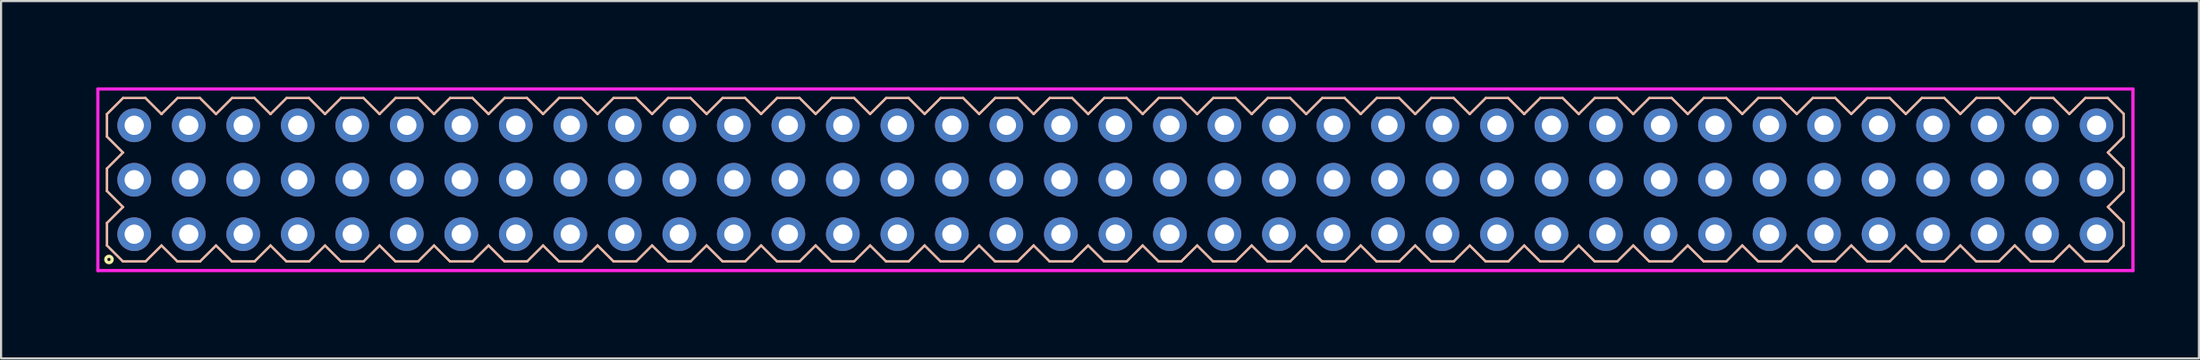
<source format=kicad_pcb>
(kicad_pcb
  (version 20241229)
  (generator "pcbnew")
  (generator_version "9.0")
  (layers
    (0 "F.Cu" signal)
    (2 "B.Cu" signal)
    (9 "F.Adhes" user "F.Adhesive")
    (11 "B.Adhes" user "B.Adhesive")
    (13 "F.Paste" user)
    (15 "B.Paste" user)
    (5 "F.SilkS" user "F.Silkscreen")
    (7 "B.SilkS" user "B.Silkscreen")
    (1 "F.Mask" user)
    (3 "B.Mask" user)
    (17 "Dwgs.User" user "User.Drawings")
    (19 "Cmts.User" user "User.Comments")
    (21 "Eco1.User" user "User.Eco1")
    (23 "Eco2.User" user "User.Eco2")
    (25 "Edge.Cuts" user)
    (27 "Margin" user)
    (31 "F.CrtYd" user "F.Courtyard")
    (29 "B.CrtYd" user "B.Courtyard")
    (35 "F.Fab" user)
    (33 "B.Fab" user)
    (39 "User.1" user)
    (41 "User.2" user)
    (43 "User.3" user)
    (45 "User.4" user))
  (footprint "HDR254P37x3"
    (layer "F.Cu")
    (at 48.925 5.336)
    (property "Reference" "HDR254P37x3" (at -48.165 0 90) (layer "User.1") (effects (font (size 1 1) (thickness 0.1))))
    (attr through_hole)
    (fp_line (start -46.99 -3.066) (end -46.246 -3.81) (stroke (width 0.1) (type solid)) (layer "F.SilkS"))
    (fp_line (start -46.99 -2.014) (end -46.99 -3.066) (stroke (width 0.1) (type solid)) (layer "F.SilkS"))
    (fp_line (start -46.99 -0.526) (end -46.246 -1.27) (stroke (width 0.1) (type solid)) (layer "F.SilkS"))
    (fp_line (start -46.99 0.526) (end -46.99 -0.526) (stroke (width 0.1) (type solid)) (layer "F.SilkS"))
    (fp_line (start -46.99 2.014) (end -46.246 1.27) (stroke (width 0.1) (type solid)) (layer "F.SilkS"))
    (fp_line (start -46.99 3.066) (end -46.99 2.014) (stroke (width 0.1) (type solid)) (layer "F.SilkS"))
    (fp_line (start -46.246 -3.81) (end -45.194 -3.81) (stroke (width 0.1) (type solid)) (layer "F.SilkS"))
    (fp_line (start -46.246 -1.27) (end -46.99 -2.014) (stroke (width 0.1) (type solid)) (layer "F.SilkS"))
    (fp_line (start -46.246 1.27) (end -46.99 0.526) (stroke (width 0.1) (type solid)) (layer "F.SilkS"))
    (fp_line (start -46.246 3.81) (end -46.99 3.066) (stroke (width 0.1) (type solid)) (layer "F.SilkS"))
    (fp_line (start -45.194 -3.81) (end -44.45 -3.066) (stroke (width 0.1) (type solid)) (layer "F.SilkS"))
    (fp_line (start -45.194 3.81) (end -46.246 3.81) (stroke (width 0.1) (type solid)) (layer "F.SilkS"))
    (fp_line (start -44.45 -3.066) (end -43.706 -3.81) (stroke (width 0.1) (type solid)) (layer "F.SilkS"))
    (fp_line (start -44.45 3.066) (end -45.194 3.81) (stroke (width 0.1) (type solid)) (layer "F.SilkS"))
    (fp_line (start -43.706 -3.81) (end -42.654 -3.81) (stroke (width 0.1) (type solid)) (layer "F.SilkS"))
    (fp_line (start -43.706 3.81) (end -44.45 3.066) (stroke (width 0.1) (type solid)) (layer "F.SilkS"))
    (fp_line (start -42.654 -3.81) (end -41.91 -3.066) (stroke (width 0.1) (type solid)) (layer "F.SilkS"))
    (fp_line (start -42.654 3.81) (end -43.706 3.81) (stroke (width 0.1) (type solid)) (layer "F.SilkS"))
    (fp_line (start -41.91 -3.066) (end -41.166 -3.81) (stroke (width 0.1) (type solid)) (layer "F.SilkS"))
    (fp_line (start -41.91 3.066) (end -42.654 3.81) (stroke (width 0.1) (type solid)) (layer "F.SilkS"))
    (fp_line (start -41.166 -3.81) (end -40.114 -3.81) (stroke (width 0.1) (type solid)) (layer "F.SilkS"))
    (fp_line (start -41.166 3.81) (end -41.91 3.066) (stroke (width 0.1) (type solid)) (layer "F.SilkS"))
    (fp_line (start -40.114 -3.81) (end -39.37 -3.066) (stroke (width 0.1) (type solid)) (layer "F.SilkS"))
    (fp_line (start -40.114 3.81) (end -41.166 3.81) (stroke (width 0.1) (type solid)) (layer "F.SilkS"))
    (fp_line (start -39.37 -3.066) (end -38.626 -3.81) (stroke (width 0.1) (type solid)) (layer "F.SilkS"))
    (fp_line (start -39.37 3.066) (end -40.114 3.81) (stroke (width 0.1) (type solid)) (layer "F.SilkS"))
    (fp_line (start -38.626 -3.81) (end -37.574 -3.81) (stroke (width 0.1) (type solid)) (layer "F.SilkS"))
    (fp_line (start -38.626 3.81) (end -39.37 3.066) (stroke (width 0.1) (type solid)) (layer "F.SilkS"))
    (fp_line (start -37.574 -3.81) (end -36.83 -3.066) (stroke (width 0.1) (type solid)) (layer "F.SilkS"))
    (fp_line (start -37.574 3.81) (end -38.626 3.81) (stroke (width 0.1) (type solid)) (layer "F.SilkS"))
    (fp_line (start -36.83 -3.066) (end -36.086 -3.81) (stroke (width 0.1) (type solid)) (layer "F.SilkS"))
    (fp_line (start -36.83 3.066) (end -37.574 3.81) (stroke (width 0.1) (type solid)) (layer "F.SilkS"))
    (fp_line (start -36.086 -3.81) (end -35.034 -3.81) (stroke (width 0.1) (type solid)) (layer "F.SilkS"))
    (fp_line (start -36.086 3.81) (end -36.83 3.066) (stroke (width 0.1) (type solid)) (layer "F.SilkS"))
    (fp_line (start -35.034 -3.81) (end -34.29 -3.066) (stroke (width 0.1) (type solid)) (layer "F.SilkS"))
    (fp_line (start -35.034 3.81) (end -36.086 3.81) (stroke (width 0.1) (type solid)) (layer "F.SilkS"))
    (fp_line (start -34.29 -3.066) (end -33.546 -3.81) (stroke (width 0.1) (type solid)) (layer "F.SilkS"))
    (fp_line (start -34.29 3.066) (end -35.034 3.81) (stroke (width 0.1) (type solid)) (layer "F.SilkS"))
    (fp_line (start -33.546 -3.81) (end -32.494 -3.81) (stroke (width 0.1) (type solid)) (layer "F.SilkS"))
    (fp_line (start -33.546 3.81) (end -34.29 3.066) (stroke (width 0.1) (type solid)) (layer "F.SilkS"))
    (fp_line (start -32.494 -3.81) (end -31.75 -3.066) (stroke (width 0.1) (type solid)) (layer "F.SilkS"))
    (fp_line (start -32.494 3.81) (end -33.546 3.81) (stroke (width 0.1) (type solid)) (layer "F.SilkS"))
    (fp_line (start -31.75 -3.066) (end -31.006 -3.81) (stroke (width 0.1) (type solid)) (layer "F.SilkS"))
    (fp_line (start -31.75 3.066) (end -32.494 3.81) (stroke (width 0.1) (type solid)) (layer "F.SilkS"))
    (fp_line (start -31.006 -3.81) (end -29.954 -3.81) (stroke (width 0.1) (type solid)) (layer "F.SilkS"))
    (fp_line (start -31.006 3.81) (end -31.75 3.066) (stroke (width 0.1) (type solid)) (layer "F.SilkS"))
    (fp_line (start -29.954 -3.81) (end -29.21 -3.066) (stroke (width 0.1) (type solid)) (layer "F.SilkS"))
    (fp_line (start -29.954 3.81) (end -31.006 3.81) (stroke (width 0.1) (type solid)) (layer "F.SilkS"))
    (fp_line (start -29.21 -3.066) (end -28.466 -3.81) (stroke (width 0.1) (type solid)) (layer "F.SilkS"))
    (fp_line (start -29.21 3.066) (end -29.954 3.81) (stroke (width 0.1) (type solid)) (layer "F.SilkS"))
    (fp_line (start -28.466 -3.81) (end -27.414 -3.81) (stroke (width 0.1) (type solid)) (layer "F.SilkS"))
    (fp_line (start -28.466 3.81) (end -29.21 3.066) (stroke (width 0.1) (type solid)) (layer "F.SilkS"))
    (fp_line (start -27.414 -3.81) (end -26.67 -3.066) (stroke (width 0.1) (type solid)) (layer "F.SilkS"))
    (fp_line (start -27.414 3.81) (end -28.466 3.81) (stroke (width 0.1) (type solid)) (layer "F.SilkS"))
    (fp_line (start -26.67 -3.066) (end -25.926 -3.81) (stroke (width 0.1) (type solid)) (layer "F.SilkS"))
    (fp_line (start -26.67 3.066) (end -27.414 3.81) (stroke (width 0.1) (type solid)) (layer "F.SilkS"))
    (fp_line (start -25.926 -3.81) (end -24.874 -3.81) (stroke (width 0.1) (type solid)) (layer "F.SilkS"))
    (fp_line (start -25.926 3.81) (end -26.67 3.066) (stroke (width 0.1) (type solid)) (layer "F.SilkS"))
    (fp_line (start -24.874 -3.81) (end -24.13 -3.066) (stroke (width 0.1) (type solid)) (layer "F.SilkS"))
    (fp_line (start -24.874 3.81) (end -25.926 3.81) (stroke (width 0.1) (type solid)) (layer "F.SilkS"))
    (fp_line (start -24.13 -3.066) (end -23.386 -3.81) (stroke (width 0.1) (type solid)) (layer "F.SilkS"))
    (fp_line (start -24.13 3.066) (end -24.874 3.81) (stroke (width 0.1) (type solid)) (layer "F.SilkS"))
    (fp_line (start -23.386 -3.81) (end -22.334 -3.81) (stroke (width 0.1) (type solid)) (layer "F.SilkS"))
    (fp_line (start -23.386 3.81) (end -24.13 3.066) (stroke (width 0.1) (type solid)) (layer "F.SilkS"))
    (fp_line (start -22.334 -3.81) (end -21.59 -3.066) (stroke (width 0.1) (type solid)) (layer "F.SilkS"))
    (fp_line (start -22.334 3.81) (end -23.386 3.81) (stroke (width 0.1) (type solid)) (layer "F.SilkS"))
    (fp_line (start -21.59 -3.066) (end -20.846 -3.81) (stroke (width 0.1) (type solid)) (layer "F.SilkS"))
    (fp_line (start -21.59 3.066) (end -22.334 3.81) (stroke (width 0.1) (type solid)) (layer "F.SilkS"))
    (fp_line (start -20.846 -3.81) (end -19.794 -3.81) (stroke (width 0.1) (type solid)) (layer "F.SilkS"))
    (fp_line (start -20.846 3.81) (end -21.59 3.066) (stroke (width 0.1) (type solid)) (layer "F.SilkS"))
    (fp_line (start -19.794 -3.81) (end -19.05 -3.066) (stroke (width 0.1) (type solid)) (layer "F.SilkS"))
    (fp_line (start -19.794 3.81) (end -20.846 3.81) (stroke (width 0.1) (type solid)) (layer "F.SilkS"))
    (fp_line (start -19.05 -3.066) (end -18.306 -3.81) (stroke (width 0.1) (type solid)) (layer "F.SilkS"))
    (fp_line (start -19.05 3.066) (end -19.794 3.81) (stroke (width 0.1) (type solid)) (layer "F.SilkS"))
    (fp_line (start -18.306 -3.81) (end -17.254 -3.81) (stroke (width 0.1) (type solid)) (layer "F.SilkS"))
    (fp_line (start -18.306 3.81) (end -19.05 3.066) (stroke (width 0.1) (type solid)) (layer "F.SilkS"))
    (fp_line (start -17.254 -3.81) (end -16.51 -3.066) (stroke (width 0.1) (type solid)) (layer "F.SilkS"))
    (fp_line (start -17.254 3.81) (end -18.306 3.81) (stroke (width 0.1) (type solid)) (layer "F.SilkS"))
    (fp_line (start -16.51 -3.066) (end -15.766 -3.81) (stroke (width 0.1) (type solid)) (layer "F.SilkS"))
    (fp_line (start -16.51 3.066) (end -17.254 3.81) (stroke (width 0.1) (type solid)) (layer "F.SilkS"))
    (fp_line (start -15.766 -3.81) (end -14.714 -3.81) (stroke (width 0.1) (type solid)) (layer "F.SilkS"))
    (fp_line (start -15.766 3.81) (end -16.51 3.066) (stroke (width 0.1) (type solid)) (layer "F.SilkS"))
    (fp_line (start -14.714 -3.81) (end -13.97 -3.066) (stroke (width 0.1) (type solid)) (layer "F.SilkS"))
    (fp_line (start -14.714 3.81) (end -15.766 3.81) (stroke (width 0.1) (type solid)) (layer "F.SilkS"))
    (fp_line (start -13.97 -3.066) (end -13.226 -3.81) (stroke (width 0.1) (type solid)) (layer "F.SilkS"))
    (fp_line (start -13.97 3.066) (end -14.714 3.81) (stroke (width 0.1) (type solid)) (layer "F.SilkS"))
    (fp_line (start -13.226 -3.81) (end -12.174 -3.81) (stroke (width 0.1) (type solid)) (layer "F.SilkS"))
    (fp_line (start -13.226 3.81) (end -13.97 3.066) (stroke (width 0.1) (type solid)) (layer "F.SilkS"))
    (fp_line (start -12.174 -3.81) (end -11.43 -3.066) (stroke (width 0.1) (type solid)) (layer "F.SilkS"))
    (fp_line (start -12.174 3.81) (end -13.226 3.81) (stroke (width 0.1) (type solid)) (layer "F.SilkS"))
    (fp_line (start -11.43 -3.066) (end -10.686 -3.81) (stroke (width 0.1) (type solid)) (layer "F.SilkS"))
    (fp_line (start -11.43 3.066) (end -12.174 3.81) (stroke (width 0.1) (type solid)) (layer "F.SilkS"))
    (fp_line (start -10.686 -3.81) (end -9.634 -3.81) (stroke (width 0.1) (type solid)) (layer "F.SilkS"))
    (fp_line (start -10.686 3.81) (end -11.43 3.066) (stroke (width 0.1) (type solid)) (layer "F.SilkS"))
    (fp_line (start -9.634 -3.81) (end -8.89 -3.066) (stroke (width 0.1) (type solid)) (layer "F.SilkS"))
    (fp_line (start -9.634 3.81) (end -10.686 3.81) (stroke (width 0.1) (type solid)) (layer "F.SilkS"))
    (fp_line (start -8.89 -3.066) (end -8.146 -3.81) (stroke (width 0.1) (type solid)) (layer "F.SilkS"))
    (fp_line (start -8.89 3.066) (end -9.634 3.81) (stroke (width 0.1) (type solid)) (layer "F.SilkS"))
    (fp_line (start -8.146 -3.81) (end -7.094 -3.81) (stroke (width 0.1) (type solid)) (layer "F.SilkS"))
    (fp_line (start -8.146 3.81) (end -8.89 3.066) (stroke (width 0.1) (type solid)) (layer "F.SilkS"))
    (fp_line (start -7.094 -3.81) (end -6.35 -3.066) (stroke (width 0.1) (type solid)) (layer "F.SilkS"))
    (fp_line (start -7.094 3.81) (end -8.146 3.81) (stroke (width 0.1) (type solid)) (layer "F.SilkS"))
    (fp_line (start -6.35 -3.066) (end -5.606 -3.81) (stroke (width 0.1) (type solid)) (layer "F.SilkS"))
    (fp_line (start -6.35 3.066) (end -7.094 3.81) (stroke (width 0.1) (type solid)) (layer "F.SilkS"))
    (fp_line (start -5.606 -3.81) (end -4.554 -3.81) (stroke (width 0.1) (type solid)) (layer "F.SilkS"))
    (fp_line (start -5.606 3.81) (end -6.35 3.066) (stroke (width 0.1) (type solid)) (layer "F.SilkS"))
    (fp_line (start -4.554 -3.81) (end -3.81 -3.066) (stroke (width 0.1) (type solid)) (layer "F.SilkS"))
    (fp_line (start -4.554 3.81) (end -5.606 3.81) (stroke (width 0.1) (type solid)) (layer "F.SilkS"))
    (fp_line (start -3.81 -3.066) (end -3.066 -3.81) (stroke (width 0.1) (type solid)) (layer "F.SilkS"))
    (fp_line (start -3.81 3.066) (end -4.554 3.81) (stroke (width 0.1) (type solid)) (layer "F.SilkS"))
    (fp_line (start -3.066 -3.81) (end -2.014 -3.81) (stroke (width 0.1) (type solid)) (layer "F.SilkS"))
    (fp_line (start -3.066 3.81) (end -3.81 3.066) (stroke (width 0.1) (type solid)) (layer "F.SilkS"))
    (fp_line (start -2.014 -3.81) (end -1.27 -3.066) (stroke (width 0.1) (type solid)) (layer "F.SilkS"))
    (fp_line (start -2.014 3.81) (end -3.066 3.81) (stroke (width 0.1) (type solid)) (layer "F.SilkS"))
    (fp_line (start -1.27 -3.066) (end -0.526 -3.81) (stroke (width 0.1) (type solid)) (layer "F.SilkS"))
    (fp_line (start -1.27 3.066) (end -2.014 3.81) (stroke (width 0.1) (type solid)) (layer "F.SilkS"))
    (fp_line (start -0.526 -3.81) (end 0.526 -3.81) (stroke (width 0.1) (type solid)) (layer "F.SilkS"))
    (fp_line (start -0.526 3.81) (end -1.27 3.066) (stroke (width 0.1) (type solid)) (layer "F.SilkS"))
    (fp_line (start 0.526 -3.81) (end 1.27 -3.066) (stroke (width 0.1) (type solid)) (layer "F.SilkS"))
    (fp_line (start 0.526 3.81) (end -0.526 3.81) (stroke (width 0.1) (type solid)) (layer "F.SilkS"))
    (fp_line (start 1.27 -3.066) (end 2.014 -3.81) (stroke (width 0.1) (type solid)) (layer "F.SilkS"))
    (fp_line (start 1.27 3.066) (end 0.526 3.81) (stroke (width 0.1) (type solid)) (layer "F.SilkS"))
    (fp_line (start 2.014 -3.81) (end 3.066 -3.81) (stroke (width 0.1) (type solid)) (layer "F.SilkS"))
    (fp_line (start 2.014 3.81) (end 1.27 3.066) (stroke (width 0.1) (type solid)) (layer "F.SilkS"))
    (fp_line (start 3.066 -3.81) (end 3.81 -3.066) (stroke (width 0.1) (type solid)) (layer "F.SilkS"))
    (fp_line (start 3.066 3.81) (end 2.014 3.81) (stroke (width 0.1) (type solid)) (layer "F.SilkS"))
    (fp_line (start 3.81 -3.066) (end 4.554 -3.81) (stroke (width 0.1) (type solid)) (layer "F.SilkS"))
    (fp_line (start 3.81 3.066) (end 3.066 3.81) (stroke (width 0.1) (type solid)) (layer "F.SilkS"))
    (fp_line (start 4.554 -3.81) (end 5.606 -3.81) (stroke (width 0.1) (type solid)) (layer "F.SilkS"))
    (fp_line (start 4.554 3.81) (end 3.81 3.066) (stroke (width 0.1) (type solid)) (layer "F.SilkS"))
    (fp_line (start 5.606 -3.81) (end 6.35 -3.066) (stroke (width 0.1) (type solid)) (layer "F.SilkS"))
    (fp_line (start 5.606 3.81) (end 4.554 3.81) (stroke (width 0.1) (type solid)) (layer "F.SilkS"))
    (fp_line (start 6.35 -3.066) (end 7.094 -3.81) (stroke (width 0.1) (type solid)) (layer "F.SilkS"))
    (fp_line (start 6.35 3.066) (end 5.606 3.81) (stroke (width 0.1) (type solid)) (layer "F.SilkS"))
    (fp_line (start 7.094 -3.81) (end 8.146 -3.81) (stroke (width 0.1) (type solid)) (layer "F.SilkS"))
    (fp_line (start 7.094 3.81) (end 6.35 3.066) (stroke (width 0.1) (type solid)) (layer "F.SilkS"))
    (fp_line (start 8.146 -3.81) (end 8.89 -3.066) (stroke (width 0.1) (type solid)) (layer "F.SilkS"))
    (fp_line (start 8.146 3.81) (end 7.094 3.81) (stroke (width 0.1) (type solid)) (layer "F.SilkS"))
    (fp_line (start 8.89 -3.066) (end 9.634 -3.81) (stroke (width 0.1) (type solid)) (layer "F.SilkS"))
    (fp_line (start 8.89 3.066) (end 8.146 3.81) (stroke (width 0.1) (type solid)) (layer "F.SilkS"))
    (fp_line (start 9.634 -3.81) (end 10.686 -3.81) (stroke (width 0.1) (type solid)) (layer "F.SilkS"))
    (fp_line (start 9.634 3.81) (end 8.89 3.066) (stroke (width 0.1) (type solid)) (layer "F.SilkS"))
    (fp_line (start 10.686 -3.81) (end 11.43 -3.066) (stroke (width 0.1) (type solid)) (layer "F.SilkS"))
    (fp_line (start 10.686 3.81) (end 9.634 3.81) (stroke (width 0.1) (type solid)) (layer "F.SilkS"))
    (fp_line (start 11.43 -3.066) (end 12.174 -3.81) (stroke (width 0.1) (type solid)) (layer "F.SilkS"))
    (fp_line (start 11.43 3.066) (end 10.686 3.81) (stroke (width 0.1) (type solid)) (layer "F.SilkS"))
    (fp_line (start 12.174 -3.81) (end 13.226 -3.81) (stroke (width 0.1) (type solid)) (layer "F.SilkS"))
    (fp_line (start 12.174 3.81) (end 11.43 3.066) (stroke (width 0.1) (type solid)) (layer "F.SilkS"))
    (fp_line (start 13.226 -3.81) (end 13.97 -3.066) (stroke (width 0.1) (type solid)) (layer "F.SilkS"))
    (fp_line (start 13.226 3.81) (end 12.174 3.81) (stroke (width 0.1) (type solid)) (layer "F.SilkS"))
    (fp_line (start 13.97 -3.066) (end 14.714 -3.81) (stroke (width 0.1) (type solid)) (layer "F.SilkS"))
    (fp_line (start 13.97 3.066) (end 13.226 3.81) (stroke (width 0.1) (type solid)) (layer "F.SilkS"))
    (fp_line (start 14.714 -3.81) (end 15.766 -3.81) (stroke (width 0.1) (type solid)) (layer "F.SilkS"))
    (fp_line (start 14.714 3.81) (end 13.97 3.066) (stroke (width 0.1) (type solid)) (layer "F.SilkS"))
    (fp_line (start 15.766 -3.81) (end 16.51 -3.066) (stroke (width 0.1) (type solid)) (layer "F.SilkS"))
    (fp_line (start 15.766 3.81) (end 14.714 3.81) (stroke (width 0.1) (type solid)) (layer "F.SilkS"))
    (fp_line (start 16.51 -3.066) (end 17.254 -3.81) (stroke (width 0.1) (type solid)) (layer "F.SilkS"))
    (fp_line (start 16.51 3.066) (end 15.766 3.81) (stroke (width 0.1) (type solid)) (layer "F.SilkS"))
    (fp_line (start 17.254 -3.81) (end 18.306 -3.81) (stroke (width 0.1) (type solid)) (layer "F.SilkS"))
    (fp_line (start 17.254 3.81) (end 16.51 3.066) (stroke (width 0.1) (type solid)) (layer "F.SilkS"))
    (fp_line (start 18.306 -3.81) (end 19.05 -3.066) (stroke (width 0.1) (type solid)) (layer "F.SilkS"))
    (fp_line (start 18.306 3.81) (end 17.254 3.81) (stroke (width 0.1) (type solid)) (layer "F.SilkS"))
    (fp_line (start 19.05 -3.066) (end 19.794 -3.81) (stroke (width 0.1) (type solid)) (layer "F.SilkS"))
    (fp_line (start 19.05 3.066) (end 18.306 3.81) (stroke (width 0.1) (type solid)) (layer "F.SilkS"))
    (fp_line (start 19.794 -3.81) (end 20.846 -3.81) (stroke (width 0.1) (type solid)) (layer "F.SilkS"))
    (fp_line (start 19.794 3.81) (end 19.05 3.066) (stroke (width 0.1) (type solid)) (layer "F.SilkS"))
    (fp_line (start 20.846 -3.81) (end 21.59 -3.066) (stroke (width 0.1) (type solid)) (layer "F.SilkS"))
    (fp_line (start 20.846 3.81) (end 19.794 3.81) (stroke (width 0.1) (type solid)) (layer "F.SilkS"))
    (fp_line (start 21.59 -3.066) (end 22.334 -3.81) (stroke (width 0.1) (type solid)) (layer "F.SilkS"))
    (fp_line (start 21.59 3.066) (end 20.846 3.81) (stroke (width 0.1) (type solid)) (layer "F.SilkS"))
    (fp_line (start 22.334 -3.81) (end 23.386 -3.81) (stroke (width 0.1) (type solid)) (layer "F.SilkS"))
    (fp_line (start 22.334 3.81) (end 21.59 3.066) (stroke (width 0.1) (type solid)) (layer "F.SilkS"))
    (fp_line (start 23.386 -3.81) (end 24.13 -3.066) (stroke (width 0.1) (type solid)) (layer "F.SilkS"))
    (fp_line (start 23.386 3.81) (end 22.334 3.81) (stroke (width 0.1) (type solid)) (layer "F.SilkS"))
    (fp_line (start 24.13 -3.066) (end 24.874 -3.81) (stroke (width 0.1) (type solid)) (layer "F.SilkS"))
    (fp_line (start 24.13 3.066) (end 23.386 3.81) (stroke (width 0.1) (type solid)) (layer "F.SilkS"))
    (fp_line (start 24.874 -3.81) (end 25.926 -3.81) (stroke (width 0.1) (type solid)) (layer "F.SilkS"))
    (fp_line (start 24.874 3.81) (end 24.13 3.066) (stroke (width 0.1) (type solid)) (layer "F.SilkS"))
    (fp_line (start 25.926 -3.81) (end 26.67 -3.066) (stroke (width 0.1) (type solid)) (layer "F.SilkS"))
    (fp_line (start 25.926 3.81) (end 24.874 3.81) (stroke (width 0.1) (type solid)) (layer "F.SilkS"))
    (fp_line (start 26.67 -3.066) (end 27.414 -3.81) (stroke (width 0.1) (type solid)) (layer "F.SilkS"))
    (fp_line (start 26.67 3.066) (end 25.926 3.81) (stroke (width 0.1) (type solid)) (layer "F.SilkS"))
    (fp_line (start 27.414 -3.81) (end 28.466 -3.81) (stroke (width 0.1) (type solid)) (layer "F.SilkS"))
    (fp_line (start 27.414 3.81) (end 26.67 3.066) (stroke (width 0.1) (type solid)) (layer "F.SilkS"))
    (fp_line (start 28.466 -3.81) (end 29.21 -3.066) (stroke (width 0.1) (type solid)) (layer "F.SilkS"))
    (fp_line (start 28.466 3.81) (end 27.414 3.81) (stroke (width 0.1) (type solid)) (layer "F.SilkS"))
    (fp_line (start 29.21 -3.066) (end 29.954 -3.81) (stroke (width 0.1) (type solid)) (layer "F.SilkS"))
    (fp_line (start 29.21 3.066) (end 28.466 3.81) (stroke (width 0.1) (type solid)) (layer "F.SilkS"))
    (fp_line (start 29.954 -3.81) (end 31.006 -3.81) (stroke (width 0.1) (type solid)) (layer "F.SilkS"))
    (fp_line (start 29.954 3.81) (end 29.21 3.066) (stroke (width 0.1) (type solid)) (layer "F.SilkS"))
    (fp_line (start 31.006 -3.81) (end 31.75 -3.066) (stroke (width 0.1) (type solid)) (layer "F.SilkS"))
    (fp_line (start 31.006 3.81) (end 29.954 3.81) (stroke (width 0.1) (type solid)) (layer "F.SilkS"))
    (fp_line (start 31.75 -3.066) (end 32.494 -3.81) (stroke (width 0.1) (type solid)) (layer "F.SilkS"))
    (fp_line (start 31.75 3.066) (end 31.006 3.81) (stroke (width 0.1) (type solid)) (layer "F.SilkS"))
    (fp_line (start 32.494 -3.81) (end 33.546 -3.81) (stroke (width 0.1) (type solid)) (layer "F.SilkS"))
    (fp_line (start 32.494 3.81) (end 31.75 3.066) (stroke (width 0.1) (type solid)) (layer "F.SilkS"))
    (fp_line (start 33.546 -3.81) (end 34.29 -3.066) (stroke (width 0.1) (type solid)) (layer "F.SilkS"))
    (fp_line (start 33.546 3.81) (end 32.494 3.81) (stroke (width 0.1) (type solid)) (layer "F.SilkS"))
    (fp_line (start 34.29 -3.066) (end 35.034 -3.81) (stroke (width 0.1) (type solid)) (layer "F.SilkS"))
    (fp_line (start 34.29 3.066) (end 33.546 3.81) (stroke (width 0.1) (type solid)) (layer "F.SilkS"))
    (fp_line (start 35.034 -3.81) (end 36.086 -3.81) (stroke (width 0.1) (type solid)) (layer "F.SilkS"))
    (fp_line (start 35.034 3.81) (end 34.29 3.066) (stroke (width 0.1) (type solid)) (layer "F.SilkS"))
    (fp_line (start 36.086 -3.81) (end 36.83 -3.066) (stroke (width 0.1) (type solid)) (layer "F.SilkS"))
    (fp_line (start 36.086 3.81) (end 35.034 3.81) (stroke (width 0.1) (type solid)) (layer "F.SilkS"))
    (fp_line (start 36.83 -3.066) (end 37.574 -3.81) (stroke (width 0.1) (type solid)) (layer "F.SilkS"))
    (fp_line (start 36.83 3.066) (end 36.086 3.81) (stroke (width 0.1) (type solid)) (layer "F.SilkS"))
    (fp_line (start 37.574 -3.81) (end 38.626 -3.81) (stroke (width 0.1) (type solid)) (layer "F.SilkS"))
    (fp_line (start 37.574 3.81) (end 36.83 3.066) (stroke (width 0.1) (type solid)) (layer "F.SilkS"))
    (fp_line (start 38.626 -3.81) (end 39.37 -3.066) (stroke (width 0.1) (type solid)) (layer "F.SilkS"))
    (fp_line (start 38.626 3.81) (end 37.574 3.81) (stroke (width 0.1) (type solid)) (layer "F.SilkS"))
    (fp_line (start 39.37 -3.066) (end 40.114 -3.81) (stroke (width 0.1) (type solid)) (layer "F.SilkS"))
    (fp_line (start 39.37 3.066) (end 38.626 3.81) (stroke (width 0.1) (type solid)) (layer "F.SilkS"))
    (fp_line (start 40.114 -3.81) (end 41.166 -3.81) (stroke (width 0.1) (type solid)) (layer "F.SilkS"))
    (fp_line (start 40.114 3.81) (end 39.37 3.066) (stroke (width 0.1) (type solid)) (layer "F.SilkS"))
    (fp_line (start 41.166 -3.81) (end 41.91 -3.066) (stroke (width 0.1) (type solid)) (layer "F.SilkS"))
    (fp_line (start 41.166 3.81) (end 40.114 3.81) (stroke (width 0.1) (type solid)) (layer "F.SilkS"))
    (fp_line (start 41.91 -3.066) (end 42.654 -3.81) (stroke (width 0.1) (type solid)) (layer "F.SilkS"))
    (fp_line (start 41.91 3.066) (end 41.166 3.81) (stroke (width 0.1) (type solid)) (layer "F.SilkS"))
    (fp_line (start 42.654 -3.81) (end 43.706 -3.81) (stroke (width 0.1) (type solid)) (layer "F.SilkS"))
    (fp_line (start 42.654 3.81) (end 41.91 3.066) (stroke (width 0.1) (type solid)) (layer "F.SilkS"))
    (fp_line (start 43.706 -3.81) (end 44.45 -3.066) (stroke (width 0.1) (type solid)) (layer "F.SilkS"))
    (fp_line (start 43.706 3.81) (end 42.654 3.81) (stroke (width 0.1) (type solid)) (layer "F.SilkS"))
    (fp_line (start 44.45 -3.066) (end 45.194 -3.81) (stroke (width 0.1) (type solid)) (layer "F.SilkS"))
    (fp_line (start 44.45 3.066) (end 43.706 3.81) (stroke (width 0.1) (type solid)) (layer "F.SilkS"))
    (fp_line (start 45.194 -3.81) (end 46.246 -3.81) (stroke (width 0.1) (type solid)) (layer "F.SilkS"))
    (fp_line (start 45.194 3.81) (end 44.45 3.066) (stroke (width 0.1) (type solid)) (layer "F.SilkS"))
    (fp_line (start 46.246 -3.81) (end 46.99 -3.066) (stroke (width 0.1) (type solid)) (layer "F.SilkS"))
    (fp_line (start 46.246 -1.27) (end 46.99 -0.526) (stroke (width 0.1) (type solid)) (layer "F.SilkS"))
    (fp_line (start 46.246 1.27) (end 46.99 2.014) (stroke (width 0.1) (type solid)) (layer "F.SilkS"))
    (fp_line (start 46.246 3.81) (end 45.194 3.81) (stroke (width 0.1) (type solid)) (layer "F.SilkS"))
    (fp_line (start 46.99 -3.066) (end 46.99 -2.014) (stroke (width 0.1) (type solid)) (layer "F.SilkS"))
    (fp_line (start 46.99 -2.014) (end 46.246 -1.27) (stroke (width 0.1) (type solid)) (layer "F.SilkS"))
    (fp_line (start 46.99 -0.526) (end 46.99 0.526) (stroke (width 0.1) (type solid)) (layer "F.SilkS"))
    (fp_line (start 46.99 0.526) (end 46.246 1.27) (stroke (width 0.1) (type solid)) (layer "F.SilkS"))
    (fp_line (start 46.99 2.014) (end 46.99 3.066) (stroke (width 0.1) (type solid)) (layer "F.SilkS"))
    (fp_line (start 46.99 3.066) (end 46.246 3.81) (stroke (width 0.1) (type solid)) (layer "F.SilkS"))
    (fp_circle (center -46.897 3.718) (end -46.747 3.718) (stroke (width 0.15) (type solid)) (fill no) (layer "F.SilkS"))
    (fp_line (start -46.99 -3.066) (end -46.246 -3.81) (stroke (width 0.1) (type solid)) (layer "B.SilkS"))
    (fp_line (start -46.99 -2.014) (end -46.99 -3.066) (stroke (width 0.1) (type solid)) (layer "B.SilkS"))
    (fp_line (start -46.99 -0.526) (end -46.246 -1.27) (stroke (width 0.1) (type solid)) (layer "B.SilkS"))
    (fp_line (start -46.99 0.526) (end -46.99 -0.526) (stroke (width 0.1) (type solid)) (layer "B.SilkS"))
    (fp_line (start -46.99 2.014) (end -46.246 1.27) (stroke (width 0.1) (type solid)) (layer "B.SilkS"))
    (fp_line (start -46.99 3.066) (end -46.99 2.014) (stroke (width 0.1) (type solid)) (layer "B.SilkS"))
    (fp_line (start -46.246 -3.81) (end -45.194 -3.81) (stroke (width 0.1) (type solid)) (layer "B.SilkS"))
    (fp_line (start -46.246 -1.27) (end -46.99 -2.014) (stroke (width 0.1) (type solid)) (layer "B.SilkS"))
    (fp_line (start -46.246 1.27) (end -46.99 0.526) (stroke (width 0.1) (type solid)) (layer "B.SilkS"))
    (fp_line (start -46.246 3.81) (end -46.99 3.066) (stroke (width 0.1) (type solid)) (layer "B.SilkS"))
    (fp_line (start -45.194 -3.81) (end -44.45 -3.066) (stroke (width 0.1) (type solid)) (layer "B.SilkS"))
    (fp_line (start -45.194 3.81) (end -46.246 3.81) (stroke (width 0.1) (type solid)) (layer "B.SilkS"))
    (fp_line (start -44.45 -3.066) (end -43.706 -3.81) (stroke (width 0.1) (type solid)) (layer "B.SilkS"))
    (fp_line (start -44.45 3.066) (end -45.194 3.81) (stroke (width 0.1) (type solid)) (layer "B.SilkS"))
    (fp_line (start -43.706 -3.81) (end -42.654 -3.81) (stroke (width 0.1) (type solid)) (layer "B.SilkS"))
    (fp_line (start -43.706 3.81) (end -44.45 3.066) (stroke (width 0.1) (type solid)) (layer "B.SilkS"))
    (fp_line (start -42.654 -3.81) (end -41.91 -3.066) (stroke (width 0.1) (type solid)) (layer "B.SilkS"))
    (fp_line (start -42.654 3.81) (end -43.706 3.81) (stroke (width 0.1) (type solid)) (layer "B.SilkS"))
    (fp_line (start -41.91 -3.066) (end -41.166 -3.81) (stroke (width 0.1) (type solid)) (layer "B.SilkS"))
    (fp_line (start -41.91 3.066) (end -42.654 3.81) (stroke (width 0.1) (type solid)) (layer "B.SilkS"))
    (fp_line (start -41.166 -3.81) (end -40.114 -3.81) (stroke (width 0.1) (type solid)) (layer "B.SilkS"))
    (fp_line (start -41.166 3.81) (end -41.91 3.066) (stroke (width 0.1) (type solid)) (layer "B.SilkS"))
    (fp_line (start -40.114 -3.81) (end -39.37 -3.066) (stroke (width 0.1) (type solid)) (layer "B.SilkS"))
    (fp_line (start -40.114 3.81) (end -41.166 3.81) (stroke (width 0.1) (type solid)) (layer "B.SilkS"))
    (fp_line (start -39.37 -3.066) (end -38.626 -3.81) (stroke (width 0.1) (type solid)) (layer "B.SilkS"))
    (fp_line (start -39.37 3.066) (end -40.114 3.81) (stroke (width 0.1) (type solid)) (layer "B.SilkS"))
    (fp_line (start -38.626 -3.81) (end -37.574 -3.81) (stroke (width 0.1) (type solid)) (layer "B.SilkS"))
    (fp_line (start -38.626 3.81) (end -39.37 3.066) (stroke (width 0.1) (type solid)) (layer "B.SilkS"))
    (fp_line (start -37.574 -3.81) (end -36.83 -3.066) (stroke (width 0.1) (type solid)) (layer "B.SilkS"))
    (fp_line (start -37.574 3.81) (end -38.626 3.81) (stroke (width 0.1) (type solid)) (layer "B.SilkS"))
    (fp_line (start -36.83 -3.066) (end -36.086 -3.81) (stroke (width 0.1) (type solid)) (layer "B.SilkS"))
    (fp_line (start -36.83 3.066) (end -37.574 3.81) (stroke (width 0.1) (type solid)) (layer "B.SilkS"))
    (fp_line (start -36.086 -3.81) (end -35.034 -3.81) (stroke (width 0.1) (type solid)) (layer "B.SilkS"))
    (fp_line (start -36.086 3.81) (end -36.83 3.066) (stroke (width 0.1) (type solid)) (layer "B.SilkS"))
    (fp_line (start -35.034 -3.81) (end -34.29 -3.066) (stroke (width 0.1) (type solid)) (layer "B.SilkS"))
    (fp_line (start -35.034 3.81) (end -36.086 3.81) (stroke (width 0.1) (type solid)) (layer "B.SilkS"))
    (fp_line (start -34.29 -3.066) (end -33.546 -3.81) (stroke (width 0.1) (type solid)) (layer "B.SilkS"))
    (fp_line (start -34.29 3.066) (end -35.034 3.81) (stroke (width 0.1) (type solid)) (layer "B.SilkS"))
    (fp_line (start -33.546 -3.81) (end -32.494 -3.81) (stroke (width 0.1) (type solid)) (layer "B.SilkS"))
    (fp_line (start -33.546 3.81) (end -34.29 3.066) (stroke (width 0.1) (type solid)) (layer "B.SilkS"))
    (fp_line (start -32.494 -3.81) (end -31.75 -3.066) (stroke (width 0.1) (type solid)) (layer "B.SilkS"))
    (fp_line (start -32.494 3.81) (end -33.546 3.81) (stroke (width 0.1) (type solid)) (layer "B.SilkS"))
    (fp_line (start -31.75 -3.066) (end -31.006 -3.81) (stroke (width 0.1) (type solid)) (layer "B.SilkS"))
    (fp_line (start -31.75 3.066) (end -32.494 3.81) (stroke (width 0.1) (type solid)) (layer "B.SilkS"))
    (fp_line (start -31.006 -3.81) (end -29.954 -3.81) (stroke (width 0.1) (type solid)) (layer "B.SilkS"))
    (fp_line (start -31.006 3.81) (end -31.75 3.066) (stroke (width 0.1) (type solid)) (layer "B.SilkS"))
    (fp_line (start -29.954 -3.81) (end -29.21 -3.066) (stroke (width 0.1) (type solid)) (layer "B.SilkS"))
    (fp_line (start -29.954 3.81) (end -31.006 3.81) (stroke (width 0.1) (type solid)) (layer "B.SilkS"))
    (fp_line (start -29.21 -3.066) (end -28.466 -3.81) (stroke (width 0.1) (type solid)) (layer "B.SilkS"))
    (fp_line (start -29.21 3.066) (end -29.954 3.81) (stroke (width 0.1) (type solid)) (layer "B.SilkS"))
    (fp_line (start -28.466 -3.81) (end -27.414 -3.81) (stroke (width 0.1) (type solid)) (layer "B.SilkS"))
    (fp_line (start -28.466 3.81) (end -29.21 3.066) (stroke (width 0.1) (type solid)) (layer "B.SilkS"))
    (fp_line (start -27.414 -3.81) (end -26.67 -3.066) (stroke (width 0.1) (type solid)) (layer "B.SilkS"))
    (fp_line (start -27.414 3.81) (end -28.466 3.81) (stroke (width 0.1) (type solid)) (layer "B.SilkS"))
    (fp_line (start -26.67 -3.066) (end -25.926 -3.81) (stroke (width 0.1) (type solid)) (layer "B.SilkS"))
    (fp_line (start -26.67 3.066) (end -27.414 3.81) (stroke (width 0.1) (type solid)) (layer "B.SilkS"))
    (fp_line (start -25.926 -3.81) (end -24.874 -3.81) (stroke (width 0.1) (type solid)) (layer "B.SilkS"))
    (fp_line (start -25.926 3.81) (end -26.67 3.066) (stroke (width 0.1) (type solid)) (layer "B.SilkS"))
    (fp_line (start -24.874 -3.81) (end -24.13 -3.066) (stroke (width 0.1) (type solid)) (layer "B.SilkS"))
    (fp_line (start -24.874 3.81) (end -25.926 3.81) (stroke (width 0.1) (type solid)) (layer "B.SilkS"))
    (fp_line (start -24.13 -3.066) (end -23.386 -3.81) (stroke (width 0.1) (type solid)) (layer "B.SilkS"))
    (fp_line (start -24.13 3.066) (end -24.874 3.81) (stroke (width 0.1) (type solid)) (layer "B.SilkS"))
    (fp_line (start -23.386 -3.81) (end -22.334 -3.81) (stroke (width 0.1) (type solid)) (layer "B.SilkS"))
    (fp_line (start -23.386 3.81) (end -24.13 3.066) (stroke (width 0.1) (type solid)) (layer "B.SilkS"))
    (fp_line (start -22.334 -3.81) (end -21.59 -3.066) (stroke (width 0.1) (type solid)) (layer "B.SilkS"))
    (fp_line (start -22.334 3.81) (end -23.386 3.81) (stroke (width 0.1) (type solid)) (layer "B.SilkS"))
    (fp_line (start -21.59 -3.066) (end -20.846 -3.81) (stroke (width 0.1) (type solid)) (layer "B.SilkS"))
    (fp_line (start -21.59 3.066) (end -22.334 3.81) (stroke (width 0.1) (type solid)) (layer "B.SilkS"))
    (fp_line (start -20.846 -3.81) (end -19.794 -3.81) (stroke (width 0.1) (type solid)) (layer "B.SilkS"))
    (fp_line (start -20.846 3.81) (end -21.59 3.066) (stroke (width 0.1) (type solid)) (layer "B.SilkS"))
    (fp_line (start -19.794 -3.81) (end -19.05 -3.066) (stroke (width 0.1) (type solid)) (layer "B.SilkS"))
    (fp_line (start -19.794 3.81) (end -20.846 3.81) (stroke (width 0.1) (type solid)) (layer "B.SilkS"))
    (fp_line (start -19.05 -3.066) (end -18.306 -3.81) (stroke (width 0.1) (type solid)) (layer "B.SilkS"))
    (fp_line (start -19.05 3.066) (end -19.794 3.81) (stroke (width 0.1) (type solid)) (layer "B.SilkS"))
    (fp_line (start -18.306 -3.81) (end -17.254 -3.81) (stroke (width 0.1) (type solid)) (layer "B.SilkS"))
    (fp_line (start -18.306 3.81) (end -19.05 3.066) (stroke (width 0.1) (type solid)) (layer "B.SilkS"))
    (fp_line (start -17.254 -3.81) (end -16.51 -3.066) (stroke (width 0.1) (type solid)) (layer "B.SilkS"))
    (fp_line (start -17.254 3.81) (end -18.306 3.81) (stroke (width 0.1) (type solid)) (layer "B.SilkS"))
    (fp_line (start -16.51 -3.066) (end -15.766 -3.81) (stroke (width 0.1) (type solid)) (layer "B.SilkS"))
    (fp_line (start -16.51 3.066) (end -17.254 3.81) (stroke (width 0.1) (type solid)) (layer "B.SilkS"))
    (fp_line (start -15.766 -3.81) (end -14.714 -3.81) (stroke (width 0.1) (type solid)) (layer "B.SilkS"))
    (fp_line (start -15.766 3.81) (end -16.51 3.066) (stroke (width 0.1) (type solid)) (layer "B.SilkS"))
    (fp_line (start -14.714 -3.81) (end -13.97 -3.066) (stroke (width 0.1) (type solid)) (layer "B.SilkS"))
    (fp_line (start -14.714 3.81) (end -15.766 3.81) (stroke (width 0.1) (type solid)) (layer "B.SilkS"))
    (fp_line (start -13.97 -3.066) (end -13.226 -3.81) (stroke (width 0.1) (type solid)) (layer "B.SilkS"))
    (fp_line (start -13.97 3.066) (end -14.714 3.81) (stroke (width 0.1) (type solid)) (layer "B.SilkS"))
    (fp_line (start -13.226 -3.81) (end -12.174 -3.81) (stroke (width 0.1) (type solid)) (layer "B.SilkS"))
    (fp_line (start -13.226 3.81) (end -13.97 3.066) (stroke (width 0.1) (type solid)) (layer "B.SilkS"))
    (fp_line (start -12.174 -3.81) (end -11.43 -3.066) (stroke (width 0.1) (type solid)) (layer "B.SilkS"))
    (fp_line (start -12.174 3.81) (end -13.226 3.81) (stroke (width 0.1) (type solid)) (layer "B.SilkS"))
    (fp_line (start -11.43 -3.066) (end -10.686 -3.81) (stroke (width 0.1) (type solid)) (layer "B.SilkS"))
    (fp_line (start -11.43 3.066) (end -12.174 3.81) (stroke (width 0.1) (type solid)) (layer "B.SilkS"))
    (fp_line (start -10.686 -3.81) (end -9.634 -3.81) (stroke (width 0.1) (type solid)) (layer "B.SilkS"))
    (fp_line (start -10.686 3.81) (end -11.43 3.066) (stroke (width 0.1) (type solid)) (layer "B.SilkS"))
    (fp_line (start -9.634 -3.81) (end -8.89 -3.066) (stroke (width 0.1) (type solid)) (layer "B.SilkS"))
    (fp_line (start -9.634 3.81) (end -10.686 3.81) (stroke (width 0.1) (type solid)) (layer "B.SilkS"))
    (fp_line (start -8.89 -3.066) (end -8.146 -3.81) (stroke (width 0.1) (type solid)) (layer "B.SilkS"))
    (fp_line (start -8.89 3.066) (end -9.634 3.81) (stroke (width 0.1) (type solid)) (layer "B.SilkS"))
    (fp_line (start -8.146 -3.81) (end -7.094 -3.81) (stroke (width 0.1) (type solid)) (layer "B.SilkS"))
    (fp_line (start -8.146 3.81) (end -8.89 3.066) (stroke (width 0.1) (type solid)) (layer "B.SilkS"))
    (fp_line (start -7.094 -3.81) (end -6.35 -3.066) (stroke (width 0.1) (type solid)) (layer "B.SilkS"))
    (fp_line (start -7.094 3.81) (end -8.146 3.81) (stroke (width 0.1) (type solid)) (layer "B.SilkS"))
    (fp_line (start -6.35 -3.066) (end -5.606 -3.81) (stroke (width 0.1) (type solid)) (layer "B.SilkS"))
    (fp_line (start -6.35 3.066) (end -7.094 3.81) (stroke (width 0.1) (type solid)) (layer "B.SilkS"))
    (fp_line (start -5.606 -3.81) (end -4.554 -3.81) (stroke (width 0.1) (type solid)) (layer "B.SilkS"))
    (fp_line (start -5.606 3.81) (end -6.35 3.066) (stroke (width 0.1) (type solid)) (layer "B.SilkS"))
    (fp_line (start -4.554 -3.81) (end -3.81 -3.066) (stroke (width 0.1) (type solid)) (layer "B.SilkS"))
    (fp_line (start -4.554 3.81) (end -5.606 3.81) (stroke (width 0.1) (type solid)) (layer "B.SilkS"))
    (fp_line (start -3.81 -3.066) (end -3.066 -3.81) (stroke (width 0.1) (type solid)) (layer "B.SilkS"))
    (fp_line (start -3.81 3.066) (end -4.554 3.81) (stroke (width 0.1) (type solid)) (layer "B.SilkS"))
    (fp_line (start -3.066 -3.81) (end -2.014 -3.81) (stroke (width 0.1) (type solid)) (layer "B.SilkS"))
    (fp_line (start -3.066 3.81) (end -3.81 3.066) (stroke (width 0.1) (type solid)) (layer "B.SilkS"))
    (fp_line (start -2.014 -3.81) (end -1.27 -3.066) (stroke (width 0.1) (type solid)) (layer "B.SilkS"))
    (fp_line (start -2.014 3.81) (end -3.066 3.81) (stroke (width 0.1) (type solid)) (layer "B.SilkS"))
    (fp_line (start -1.27 -3.066) (end -0.526 -3.81) (stroke (width 0.1) (type solid)) (layer "B.SilkS"))
    (fp_line (start -1.27 3.066) (end -2.014 3.81) (stroke (width 0.1) (type solid)) (layer "B.SilkS"))
    (fp_line (start -0.526 -3.81) (end 0.526 -3.81) (stroke (width 0.1) (type solid)) (layer "B.SilkS"))
    (fp_line (start -0.526 3.81) (end -1.27 3.066) (stroke (width 0.1) (type solid)) (layer "B.SilkS"))
    (fp_line (start 0.526 -3.81) (end 1.27 -3.066) (stroke (width 0.1) (type solid)) (layer "B.SilkS"))
    (fp_line (start 0.526 3.81) (end -0.526 3.81) (stroke (width 0.1) (type solid)) (layer "B.SilkS"))
    (fp_line (start 1.27 -3.066) (end 2.014 -3.81) (stroke (width 0.1) (type solid)) (layer "B.SilkS"))
    (fp_line (start 1.27 3.066) (end 0.526 3.81) (stroke (width 0.1) (type solid)) (layer "B.SilkS"))
    (fp_line (start 2.014 -3.81) (end 3.066 -3.81) (stroke (width 0.1) (type solid)) (layer "B.SilkS"))
    (fp_line (start 2.014 3.81) (end 1.27 3.066) (stroke (width 0.1) (type solid)) (layer "B.SilkS"))
    (fp_line (start 3.066 -3.81) (end 3.81 -3.066) (stroke (width 0.1) (type solid)) (layer "B.SilkS"))
    (fp_line (start 3.066 3.81) (end 2.014 3.81) (stroke (width 0.1) (type solid)) (layer "B.SilkS"))
    (fp_line (start 3.81 -3.066) (end 4.554 -3.81) (stroke (width 0.1) (type solid)) (layer "B.SilkS"))
    (fp_line (start 3.81 3.066) (end 3.066 3.81) (stroke (width 0.1) (type solid)) (layer "B.SilkS"))
    (fp_line (start 4.554 -3.81) (end 5.606 -3.81) (stroke (width 0.1) (type solid)) (layer "B.SilkS"))
    (fp_line (start 4.554 3.81) (end 3.81 3.066) (stroke (width 0.1) (type solid)) (layer "B.SilkS"))
    (fp_line (start 5.606 -3.81) (end 6.35 -3.066) (stroke (width 0.1) (type solid)) (layer "B.SilkS"))
    (fp_line (start 5.606 3.81) (end 4.554 3.81) (stroke (width 0.1) (type solid)) (layer "B.SilkS"))
    (fp_line (start 6.35 -3.066) (end 7.094 -3.81) (stroke (width 0.1) (type solid)) (layer "B.SilkS"))
    (fp_line (start 6.35 3.066) (end 5.606 3.81) (stroke (width 0.1) (type solid)) (layer "B.SilkS"))
    (fp_line (start 7.094 -3.81) (end 8.146 -3.81) (stroke (width 0.1) (type solid)) (layer "B.SilkS"))
    (fp_line (start 7.094 3.81) (end 6.35 3.066) (stroke (width 0.1) (type solid)) (layer "B.SilkS"))
    (fp_line (start 8.146 -3.81) (end 8.89 -3.066) (stroke (width 0.1) (type solid)) (layer "B.SilkS"))
    (fp_line (start 8.146 3.81) (end 7.094 3.81) (stroke (width 0.1) (type solid)) (layer "B.SilkS"))
    (fp_line (start 8.89 -3.066) (end 9.634 -3.81) (stroke (width 0.1) (type solid)) (layer "B.SilkS"))
    (fp_line (start 8.89 3.066) (end 8.146 3.81) (stroke (width 0.1) (type solid)) (layer "B.SilkS"))
    (fp_line (start 9.634 -3.81) (end 10.686 -3.81) (stroke (width 0.1) (type solid)) (layer "B.SilkS"))
    (fp_line (start 9.634 3.81) (end 8.89 3.066) (stroke (width 0.1) (type solid)) (layer "B.SilkS"))
    (fp_line (start 10.686 -3.81) (end 11.43 -3.066) (stroke (width 0.1) (type solid)) (layer "B.SilkS"))
    (fp_line (start 10.686 3.81) (end 9.634 3.81) (stroke (width 0.1) (type solid)) (layer "B.SilkS"))
    (fp_line (start 11.43 -3.066) (end 12.174 -3.81) (stroke (width 0.1) (type solid)) (layer "B.SilkS"))
    (fp_line (start 11.43 3.066) (end 10.686 3.81) (stroke (width 0.1) (type solid)) (layer "B.SilkS"))
    (fp_line (start 12.174 -3.81) (end 13.226 -3.81) (stroke (width 0.1) (type solid)) (layer "B.SilkS"))
    (fp_line (start 12.174 3.81) (end 11.43 3.066) (stroke (width 0.1) (type solid)) (layer "B.SilkS"))
    (fp_line (start 13.226 -3.81) (end 13.97 -3.066) (stroke (width 0.1) (type solid)) (layer "B.SilkS"))
    (fp_line (start 13.226 3.81) (end 12.174 3.81) (stroke (width 0.1) (type solid)) (layer "B.SilkS"))
    (fp_line (start 13.97 -3.066) (end 14.714 -3.81) (stroke (width 0.1) (type solid)) (layer "B.SilkS"))
    (fp_line (start 13.97 3.066) (end 13.226 3.81) (stroke (width 0.1) (type solid)) (layer "B.SilkS"))
    (fp_line (start 14.714 -3.81) (end 15.766 -3.81) (stroke (width 0.1) (type solid)) (layer "B.SilkS"))
    (fp_line (start 14.714 3.81) (end 13.97 3.066) (stroke (width 0.1) (type solid)) (layer "B.SilkS"))
    (fp_line (start 15.766 -3.81) (end 16.51 -3.066) (stroke (width 0.1) (type solid)) (layer "B.SilkS"))
    (fp_line (start 15.766 3.81) (end 14.714 3.81) (stroke (width 0.1) (type solid)) (layer "B.SilkS"))
    (fp_line (start 16.51 -3.066) (end 17.254 -3.81) (stroke (width 0.1) (type solid)) (layer "B.SilkS"))
    (fp_line (start 16.51 3.066) (end 15.766 3.81) (stroke (width 0.1) (type solid)) (layer "B.SilkS"))
    (fp_line (start 17.254 -3.81) (end 18.306 -3.81) (stroke (width 0.1) (type solid)) (layer "B.SilkS"))
    (fp_line (start 17.254 3.81) (end 16.51 3.066) (stroke (width 0.1) (type solid)) (layer "B.SilkS"))
    (fp_line (start 18.306 -3.81) (end 19.05 -3.066) (stroke (width 0.1) (type solid)) (layer "B.SilkS"))
    (fp_line (start 18.306 3.81) (end 17.254 3.81) (stroke (width 0.1) (type solid)) (layer "B.SilkS"))
    (fp_line (start 19.05 -3.066) (end 19.794 -3.81) (stroke (width 0.1) (type solid)) (layer "B.SilkS"))
    (fp_line (start 19.05 3.066) (end 18.306 3.81) (stroke (width 0.1) (type solid)) (layer "B.SilkS"))
    (fp_line (start 19.794 -3.81) (end 20.846 -3.81) (stroke (width 0.1) (type solid)) (layer "B.SilkS"))
    (fp_line (start 19.794 3.81) (end 19.05 3.066) (stroke (width 0.1) (type solid)) (layer "B.SilkS"))
    (fp_line (start 20.846 -3.81) (end 21.59 -3.066) (stroke (width 0.1) (type solid)) (layer "B.SilkS"))
    (fp_line (start 20.846 3.81) (end 19.794 3.81) (stroke (width 0.1) (type solid)) (layer "B.SilkS"))
    (fp_line (start 21.59 -3.066) (end 22.334 -3.81) (stroke (width 0.1) (type solid)) (layer "B.SilkS"))
    (fp_line (start 21.59 3.066) (end 20.846 3.81) (stroke (width 0.1) (type solid)) (layer "B.SilkS"))
    (fp_line (start 22.334 -3.81) (end 23.386 -3.81) (stroke (width 0.1) (type solid)) (layer "B.SilkS"))
    (fp_line (start 22.334 3.81) (end 21.59 3.066) (stroke (width 0.1) (type solid)) (layer "B.SilkS"))
    (fp_line (start 23.386 -3.81) (end 24.13 -3.066) (stroke (width 0.1) (type solid)) (layer "B.SilkS"))
    (fp_line (start 23.386 3.81) (end 22.334 3.81) (stroke (width 0.1) (type solid)) (layer "B.SilkS"))
    (fp_line (start 24.13 -3.066) (end 24.874 -3.81) (stroke (width 0.1) (type solid)) (layer "B.SilkS"))
    (fp_line (start 24.13 3.066) (end 23.386 3.81) (stroke (width 0.1) (type solid)) (layer "B.SilkS"))
    (fp_line (start 24.874 -3.81) (end 25.926 -3.81) (stroke (width 0.1) (type solid)) (layer "B.SilkS"))
    (fp_line (start 24.874 3.81) (end 24.13 3.066) (stroke (width 0.1) (type solid)) (layer "B.SilkS"))
    (fp_line (start 25.926 -3.81) (end 26.67 -3.066) (stroke (width 0.1) (type solid)) (layer "B.SilkS"))
    (fp_line (start 25.926 3.81) (end 24.874 3.81) (stroke (width 0.1) (type solid)) (layer "B.SilkS"))
    (fp_line (start 26.67 -3.066) (end 27.414 -3.81) (stroke (width 0.1) (type solid)) (layer "B.SilkS"))
    (fp_line (start 26.67 3.066) (end 25.926 3.81) (stroke (width 0.1) (type solid)) (layer "B.SilkS"))
    (fp_line (start 27.414 -3.81) (end 28.466 -3.81) (stroke (width 0.1) (type solid)) (layer "B.SilkS"))
    (fp_line (start 27.414 3.81) (end 26.67 3.066) (stroke (width 0.1) (type solid)) (layer "B.SilkS"))
    (fp_line (start 28.466 -3.81) (end 29.21 -3.066) (stroke (width 0.1) (type solid)) (layer "B.SilkS"))
    (fp_line (start 28.466 3.81) (end 27.414 3.81) (stroke (width 0.1) (type solid)) (layer "B.SilkS"))
    (fp_line (start 29.21 -3.066) (end 29.954 -3.81) (stroke (width 0.1) (type solid)) (layer "B.SilkS"))
    (fp_line (start 29.21 3.066) (end 28.466 3.81) (stroke (width 0.1) (type solid)) (layer "B.SilkS"))
    (fp_line (start 29.954 -3.81) (end 31.006 -3.81) (stroke (width 0.1) (type solid)) (layer "B.SilkS"))
    (fp_line (start 29.954 3.81) (end 29.21 3.066) (stroke (width 0.1) (type solid)) (layer "B.SilkS"))
    (fp_line (start 31.006 -3.81) (end 31.75 -3.066) (stroke (width 0.1) (type solid)) (layer "B.SilkS"))
    (fp_line (start 31.006 3.81) (end 29.954 3.81) (stroke (width 0.1) (type solid)) (layer "B.SilkS"))
    (fp_line (start 31.75 -3.066) (end 32.494 -3.81) (stroke (width 0.1) (type solid)) (layer "B.SilkS"))
    (fp_line (start 31.75 3.066) (end 31.006 3.81) (stroke (width 0.1) (type solid)) (layer "B.SilkS"))
    (fp_line (start 32.494 -3.81) (end 33.546 -3.81) (stroke (width 0.1) (type solid)) (layer "B.SilkS"))
    (fp_line (start 32.494 3.81) (end 31.75 3.066) (stroke (width 0.1) (type solid)) (layer "B.SilkS"))
    (fp_line (start 33.546 -3.81) (end 34.29 -3.066) (stroke (width 0.1) (type solid)) (layer "B.SilkS"))
    (fp_line (start 33.546 3.81) (end 32.494 3.81) (stroke (width 0.1) (type solid)) (layer "B.SilkS"))
    (fp_line (start 34.29 -3.066) (end 35.034 -3.81) (stroke (width 0.1) (type solid)) (layer "B.SilkS"))
    (fp_line (start 34.29 3.066) (end 33.546 3.81) (stroke (width 0.1) (type solid)) (layer "B.SilkS"))
    (fp_line (start 35.034 -3.81) (end 36.086 -3.81) (stroke (width 0.1) (type solid)) (layer "B.SilkS"))
    (fp_line (start 35.034 3.81) (end 34.29 3.066) (stroke (width 0.1) (type solid)) (layer "B.SilkS"))
    (fp_line (start 36.086 -3.81) (end 36.83 -3.066) (stroke (width 0.1) (type solid)) (layer "B.SilkS"))
    (fp_line (start 36.086 3.81) (end 35.034 3.81) (stroke (width 0.1) (type solid)) (layer "B.SilkS"))
    (fp_line (start 36.83 -3.066) (end 37.574 -3.81) (stroke (width 0.1) (type solid)) (layer "B.SilkS"))
    (fp_line (start 36.83 3.066) (end 36.086 3.81) (stroke (width 0.1) (type solid)) (layer "B.SilkS"))
    (fp_line (start 37.574 -3.81) (end 38.626 -3.81) (stroke (width 0.1) (type solid)) (layer "B.SilkS"))
    (fp_line (start 37.574 3.81) (end 36.83 3.066) (stroke (width 0.1) (type solid)) (layer "B.SilkS"))
    (fp_line (start 38.626 -3.81) (end 39.37 -3.066) (stroke (width 0.1) (type solid)) (layer "B.SilkS"))
    (fp_line (start 38.626 3.81) (end 37.574 3.81) (stroke (width 0.1) (type solid)) (layer "B.SilkS"))
    (fp_line (start 39.37 -3.066) (end 40.114 -3.81) (stroke (width 0.1) (type solid)) (layer "B.SilkS"))
    (fp_line (start 39.37 3.066) (end 38.626 3.81) (stroke (width 0.1) (type solid)) (layer "B.SilkS"))
    (fp_line (start 40.114 -3.81) (end 41.166 -3.81) (stroke (width 0.1) (type solid)) (layer "B.SilkS"))
    (fp_line (start 40.114 3.81) (end 39.37 3.066) (stroke (width 0.1) (type solid)) (layer "B.SilkS"))
    (fp_line (start 41.166 -3.81) (end 41.91 -3.066) (stroke (width 0.1) (type solid)) (layer "B.SilkS"))
    (fp_line (start 41.166 3.81) (end 40.114 3.81) (stroke (width 0.1) (type solid)) (layer "B.SilkS"))
    (fp_line (start 41.91 -3.066) (end 42.654 -3.81) (stroke (width 0.1) (type solid)) (layer "B.SilkS"))
    (fp_line (start 41.91 3.066) (end 41.166 3.81) (stroke (width 0.1) (type solid)) (layer "B.SilkS"))
    (fp_line (start 42.654 -3.81) (end 43.706 -3.81) (stroke (width 0.1) (type solid)) (layer "B.SilkS"))
    (fp_line (start 42.654 3.81) (end 41.91 3.066) (stroke (width 0.1) (type solid)) (layer "B.SilkS"))
    (fp_line (start 43.706 -3.81) (end 44.45 -3.066) (stroke (width 0.1) (type solid)) (layer "B.SilkS"))
    (fp_line (start 43.706 3.81) (end 42.654 3.81) (stroke (width 0.1) (type solid)) (layer "B.SilkS"))
    (fp_line (start 44.45 -3.066) (end 45.194 -3.81) (stroke (width 0.1) (type solid)) (layer "B.SilkS"))
    (fp_line (start 44.45 3.066) (end 43.706 3.81) (stroke (width 0.1) (type solid)) (layer "B.SilkS"))
    (fp_line (start 45.194 -3.81) (end 46.246 -3.81) (stroke (width 0.1) (type solid)) (layer "B.SilkS"))
    (fp_line (start 45.194 3.81) (end 44.45 3.066) (stroke (width 0.1) (type solid)) (layer "B.SilkS"))
    (fp_line (start 46.246 -3.81) (end 46.99 -3.066) (stroke (width 0.1) (type solid)) (layer "B.SilkS"))
    (fp_line (start 46.246 -1.27) (end 46.99 -0.526) (stroke (width 0.1) (type solid)) (layer "B.SilkS"))
    (fp_line (start 46.246 1.27) (end 46.99 2.014) (stroke (width 0.1) (type solid)) (layer "B.SilkS"))
    (fp_line (start 46.246 3.81) (end 45.194 3.81) (stroke (width 0.1) (type solid)) (layer "B.SilkS"))
    (fp_line (start 46.99 -3.066) (end 46.99 -2.014) (stroke (width 0.1) (type solid)) (layer "B.SilkS"))
    (fp_line (start 46.99 -2.014) (end 46.246 -1.27) (stroke (width 0.1) (type solid)) (layer "B.SilkS"))
    (fp_line (start 46.99 -0.526) (end 46.99 0.526) (stroke (width 0.1) (type solid)) (layer "B.SilkS"))
    (fp_line (start 46.99 0.526) (end 46.246 1.27) (stroke (width 0.1) (type solid)) (layer "B.SilkS"))
    (fp_line (start 46.99 2.014) (end 46.99 3.066) (stroke (width 0.1) (type solid)) (layer "B.SilkS"))
    (fp_line (start 46.99 3.066) (end 46.246 3.81) (stroke (width 0.1) (type solid)) (layer "B.SilkS"))
    (fp_line (start -47.415 -4.235) (end -47.415 4.235) (stroke (width 0.15) (type solid)) (layer "F.CrtYd"))
    (fp_line (start -47.415 4.235) (end 47.415 4.235) (stroke (width 0.15) (type solid)) (layer "F.CrtYd"))
    (fp_line (start 47.415 -4.235) (end -47.415 -4.235) (stroke (width 0.15) (type solid)) (layer "F.CrtYd"))
    (fp_line (start 47.415 4.235) (end 47.415 -4.235) (stroke (width 0.15) (type solid)) (layer "F.CrtYd"))
    (pad "1" thru_hole oval (at -45.72 2.54) (size 1.57 1.57) (drill 0.9) (layers "*.Cu" "*.Mask"))
    (pad "2" thru_hole oval (at -45.72 0) (size 1.57 1.57) (drill 0.9) (layers "*.Cu" "*.Mask"))
    (pad "3" thru_hole oval (at -45.72 -2.54) (size 1.57 1.57) (drill 0.9) (layers "*.Cu" "*.Mask"))
    (pad "4" thru_hole oval (at -43.18 2.54) (size 1.57 1.57) (drill 0.9) (layers "*.Cu" "*.Mask"))
    (pad "5" thru_hole oval (at -43.18 0) (size 1.57 1.57) (drill 0.9) (layers "*.Cu" "*.Mask"))
    (pad "6" thru_hole oval (at -43.18 -2.54) (size 1.57 1.57) (drill 0.9) (layers "*.Cu" "*.Mask"))
    (pad "7" thru_hole oval (at -40.64 2.54) (size 1.57 1.57) (drill 0.9) (layers "*.Cu" "*.Mask"))
    (pad "8" thru_hole oval (at -40.64 0) (size 1.57 1.57) (drill 0.9) (layers "*.Cu" "*.Mask"))
    (pad "9" thru_hole oval (at -40.64 -2.54) (size 1.57 1.57) (drill 0.9) (layers "*.Cu" "*.Mask"))
    (pad "10" thru_hole oval (at -38.1 2.54) (size 1.57 1.57) (drill 0.9) (layers "*.Cu" "*.Mask"))
    (pad "11" thru_hole oval (at -38.1 0) (size 1.57 1.57) (drill 0.9) (layers "*.Cu" "*.Mask"))
    (pad "12" thru_hole oval (at -38.1 -2.54) (size 1.57 1.57) (drill 0.9) (layers "*.Cu" "*.Mask"))
    (pad "13" thru_hole oval (at -35.56 2.54) (size 1.57 1.57) (drill 0.9) (layers "*.Cu" "*.Mask"))
    (pad "14" thru_hole oval (at -35.56 0) (size 1.57 1.57) (drill 0.9) (layers "*.Cu" "*.Mask"))
    (pad "15" thru_hole oval (at -35.56 -2.54) (size 1.57 1.57) (drill 0.9) (layers "*.Cu" "*.Mask"))
    (pad "16" thru_hole oval (at -33.02 2.54) (size 1.57 1.57) (drill 0.9) (layers "*.Cu" "*.Mask"))
    (pad "17" thru_hole oval (at -33.02 0) (size 1.57 1.57) (drill 0.9) (layers "*.Cu" "*.Mask"))
    (pad "18" thru_hole oval (at -33.02 -2.54) (size 1.57 1.57) (drill 0.9) (layers "*.Cu" "*.Mask"))
    (pad "19" thru_hole oval (at -30.48 2.54) (size 1.57 1.57) (drill 0.9) (layers "*.Cu" "*.Mask"))
    (pad "20" thru_hole oval (at -30.48 0) (size 1.57 1.57) (drill 0.9) (layers "*.Cu" "*.Mask"))
    (pad "21" thru_hole oval (at -30.48 -2.54) (size 1.57 1.57) (drill 0.9) (layers "*.Cu" "*.Mask"))
    (pad "22" thru_hole oval (at -27.94 2.54) (size 1.57 1.57) (drill 0.9) (layers "*.Cu" "*.Mask"))
    (pad "23" thru_hole oval (at -27.94 0) (size 1.57 1.57) (drill 0.9) (layers "*.Cu" "*.Mask"))
    (pad "24" thru_hole oval (at -27.94 -2.54) (size 1.57 1.57) (drill 0.9) (layers "*.Cu" "*.Mask"))
    (pad "25" thru_hole oval (at -25.4 2.54) (size 1.57 1.57) (drill 0.9) (layers "*.Cu" "*.Mask"))
    (pad "26" thru_hole oval (at -25.4 0) (size 1.57 1.57) (drill 0.9) (layers "*.Cu" "*.Mask"))
    (pad "27" thru_hole oval (at -25.4 -2.54) (size 1.57 1.57) (drill 0.9) (layers "*.Cu" "*.Mask"))
    (pad "28" thru_hole oval (at -22.86 2.54) (size 1.57 1.57) (drill 0.9) (layers "*.Cu" "*.Mask"))
    (pad "29" thru_hole oval (at -22.86 0) (size 1.57 1.57) (drill 0.9) (layers "*.Cu" "*.Mask"))
    (pad "30" thru_hole oval (at -22.86 -2.54) (size 1.57 1.57) (drill 0.9) (layers "*.Cu" "*.Mask"))
    (pad "31" thru_hole oval (at -20.32 2.54) (size 1.57 1.57) (drill 0.9) (layers "*.Cu" "*.Mask"))
    (pad "32" thru_hole oval (at -20.32 0) (size 1.57 1.57) (drill 0.9) (layers "*.Cu" "*.Mask"))
    (pad "33" thru_hole oval (at -20.32 -2.54) (size 1.57 1.57) (drill 0.9) (layers "*.Cu" "*.Mask"))
    (pad "34" thru_hole oval (at -17.78 2.54) (size 1.57 1.57) (drill 0.9) (layers "*.Cu" "*.Mask"))
    (pad "35" thru_hole oval (at -17.78 0) (size 1.57 1.57) (drill 0.9) (layers "*.Cu" "*.Mask"))
    (pad "36" thru_hole oval (at -17.78 -2.54) (size 1.57 1.57) (drill 0.9) (layers "*.Cu" "*.Mask"))
    (pad "37" thru_hole oval (at -15.24 2.54) (size 1.57 1.57) (drill 0.9) (layers "*.Cu" "*.Mask"))
    (pad "38" thru_hole oval (at -15.24 0) (size 1.57 1.57) (drill 0.9) (layers "*.Cu" "*.Mask"))
    (pad "39" thru_hole oval (at -15.24 -2.54) (size 1.57 1.57) (drill 0.9) (layers "*.Cu" "*.Mask"))
    (pad "40" thru_hole oval (at -12.7 2.54) (size 1.57 1.57) (drill 0.9) (layers "*.Cu" "*.Mask"))
    (pad "41" thru_hole oval (at -12.7 0) (size 1.57 1.57) (drill 0.9) (layers "*.Cu" "*.Mask"))
    (pad "42" thru_hole oval (at -12.7 -2.54) (size 1.57 1.57) (drill 0.9) (layers "*.Cu" "*.Mask"))
    (pad "43" thru_hole oval (at -10.16 2.54) (size 1.57 1.57) (drill 0.9) (layers "*.Cu" "*.Mask"))
    (pad "44" thru_hole oval (at -10.16 0) (size 1.57 1.57) (drill 0.9) (layers "*.Cu" "*.Mask"))
    (pad "45" thru_hole oval (at -10.16 -2.54) (size 1.57 1.57) (drill 0.9) (layers "*.Cu" "*.Mask"))
    (pad "46" thru_hole oval (at -7.62 2.54) (size 1.57 1.57) (drill 0.9) (layers "*.Cu" "*.Mask"))
    (pad "47" thru_hole oval (at -7.62 0) (size 1.57 1.57) (drill 0.9) (layers "*.Cu" "*.Mask"))
    (pad "48" thru_hole oval (at -7.62 -2.54) (size 1.57 1.57) (drill 0.9) (layers "*.Cu" "*.Mask"))
    (pad "49" thru_hole oval (at -5.08 2.54) (size 1.57 1.57) (drill 0.9) (layers "*.Cu" "*.Mask"))
    (pad "50" thru_hole oval (at -5.08 0) (size 1.57 1.57) (drill 0.9) (layers "*.Cu" "*.Mask"))
    (pad "51" thru_hole oval (at -5.08 -2.54) (size 1.57 1.57) (drill 0.9) (layers "*.Cu" "*.Mask"))
    (pad "52" thru_hole oval (at -2.54 2.54) (size 1.57 1.57) (drill 0.9) (layers "*.Cu" "*.Mask"))
    (pad "53" thru_hole oval (at -2.54 0) (size 1.57 1.57) (drill 0.9) (layers "*.Cu" "*.Mask"))
    (pad "54" thru_hole oval (at -2.54 -2.54) (size 1.57 1.57) (drill 0.9) (layers "*.Cu" "*.Mask"))
    (pad "55" thru_hole oval (at 0 2.54) (size 1.57 1.57) (drill 0.9) (layers "*.Cu" "*.Mask"))
    (pad "56" thru_hole oval (at 0 0) (size 1.57 1.57) (drill 0.9) (layers "*.Cu" "*.Mask"))
    (pad "57" thru_hole oval (at 0 -2.54) (size 1.57 1.57) (drill 0.9) (layers "*.Cu" "*.Mask"))
    (pad "58" thru_hole oval (at 2.54 2.54) (size 1.57 1.57) (drill 0.9) (layers "*.Cu" "*.Mask"))
    (pad "59" thru_hole oval (at 2.54 0) (size 1.57 1.57) (drill 0.9) (layers "*.Cu" "*.Mask"))
    (pad "60" thru_hole oval (at 2.54 -2.54) (size 1.57 1.57) (drill 0.9) (layers "*.Cu" "*.Mask"))
    (pad "61" thru_hole oval (at 5.08 2.54) (size 1.57 1.57) (drill 0.9) (layers "*.Cu" "*.Mask"))
    (pad "62" thru_hole oval (at 5.08 0) (size 1.57 1.57) (drill 0.9) (layers "*.Cu" "*.Mask"))
    (pad "63" thru_hole oval (at 5.08 -2.54) (size 1.57 1.57) (drill 0.9) (layers "*.Cu" "*.Mask"))
    (pad "64" thru_hole oval (at 7.62 2.54) (size 1.57 1.57) (drill 0.9) (layers "*.Cu" "*.Mask"))
    (pad "65" thru_hole oval (at 7.62 0) (size 1.57 1.57) (drill 0.9) (layers "*.Cu" "*.Mask"))
    (pad "66" thru_hole oval (at 7.62 -2.54) (size 1.57 1.57) (drill 0.9) (layers "*.Cu" "*.Mask"))
    (pad "67" thru_hole oval (at 10.16 2.54) (size 1.57 1.57) (drill 0.9) (layers "*.Cu" "*.Mask"))
    (pad "68" thru_hole oval (at 10.16 0) (size 1.57 1.57) (drill 0.9) (layers "*.Cu" "*.Mask"))
    (pad "69" thru_hole oval (at 10.16 -2.54) (size 1.57 1.57) (drill 0.9) (layers "*.Cu" "*.Mask"))
    (pad "70" thru_hole oval (at 12.7 2.54) (size 1.57 1.57) (drill 0.9) (layers "*.Cu" "*.Mask"))
    (pad "71" thru_hole oval (at 12.7 0) (size 1.57 1.57) (drill 0.9) (layers "*.Cu" "*.Mask"))
    (pad "72" thru_hole oval (at 12.7 -2.54) (size 1.57 1.57) (drill 0.9) (layers "*.Cu" "*.Mask"))
    (pad "73" thru_hole oval (at 15.24 2.54) (size 1.57 1.57) (drill 0.9) (layers "*.Cu" "*.Mask"))
    (pad "74" thru_hole oval (at 15.24 0) (size 1.57 1.57) (drill 0.9) (layers "*.Cu" "*.Mask"))
    (pad "75" thru_hole oval (at 15.24 -2.54) (size 1.57 1.57) (drill 0.9) (layers "*.Cu" "*.Mask"))
    (pad "76" thru_hole oval (at 17.78 2.54) (size 1.57 1.57) (drill 0.9) (layers "*.Cu" "*.Mask"))
    (pad "77" thru_hole oval (at 17.78 0) (size 1.57 1.57) (drill 0.9) (layers "*.Cu" "*.Mask"))
    (pad "78" thru_hole oval (at 17.78 -2.54) (size 1.57 1.57) (drill 0.9) (layers "*.Cu" "*.Mask"))
    (pad "79" thru_hole oval (at 20.32 2.54) (size 1.57 1.57) (drill 0.9) (layers "*.Cu" "*.Mask"))
    (pad "80" thru_hole oval (at 20.32 0) (size 1.57 1.57) (drill 0.9) (layers "*.Cu" "*.Mask"))
    (pad "81" thru_hole oval (at 20.32 -2.54) (size 1.57 1.57) (drill 0.9) (layers "*.Cu" "*.Mask"))
    (pad "82" thru_hole oval (at 22.86 2.54) (size 1.57 1.57) (drill 0.9) (layers "*.Cu" "*.Mask"))
    (pad "83" thru_hole oval (at 22.86 0) (size 1.57 1.57) (drill 0.9) (layers "*.Cu" "*.Mask"))
    (pad "84" thru_hole oval (at 22.86 -2.54) (size 1.57 1.57) (drill 0.9) (layers "*.Cu" "*.Mask"))
    (pad "85" thru_hole oval (at 25.4 2.54) (size 1.57 1.57) (drill 0.9) (layers "*.Cu" "*.Mask"))
    (pad "86" thru_hole oval (at 25.4 0) (size 1.57 1.57) (drill 0.9) (layers "*.Cu" "*.Mask"))
    (pad "87" thru_hole oval (at 25.4 -2.54) (size 1.57 1.57) (drill 0.9) (layers "*.Cu" "*.Mask"))
    (pad "88" thru_hole oval (at 27.94 2.54) (size 1.57 1.57) (drill 0.9) (layers "*.Cu" "*.Mask"))
    (pad "89" thru_hole oval (at 27.94 0) (size 1.57 1.57) (drill 0.9) (layers "*.Cu" "*.Mask"))
    (pad "90" thru_hole oval (at 27.94 -2.54) (size 1.57 1.57) (drill 0.9) (layers "*.Cu" "*.Mask"))
    (pad "91" thru_hole oval (at 30.48 2.54) (size 1.57 1.57) (drill 0.9) (layers "*.Cu" "*.Mask"))
    (pad "92" thru_hole oval (at 30.48 0) (size 1.57 1.57) (drill 0.9) (layers "*.Cu" "*.Mask"))
    (pad "93" thru_hole oval (at 30.48 -2.54) (size 1.57 1.57) (drill 0.9) (layers "*.Cu" "*.Mask"))
    (pad "94" thru_hole oval (at 33.02 2.54) (size 1.57 1.57) (drill 0.9) (layers "*.Cu" "*.Mask"))
    (pad "95" thru_hole oval (at 33.02 0) (size 1.57 1.57) (drill 0.9) (layers "*.Cu" "*.Mask"))
    (pad "96" thru_hole oval (at 33.02 -2.54) (size 1.57 1.57) (drill 0.9) (layers "*.Cu" "*.Mask"))
    (pad "97" thru_hole oval (at 35.56 2.54) (size 1.57 1.57) (drill 0.9) (layers "*.Cu" "*.Mask"))
    (pad "98" thru_hole oval (at 35.56 0) (size 1.57 1.57) (drill 0.9) (layers "*.Cu" "*.Mask"))
    (pad "99" thru_hole oval (at 35.56 -2.54) (size 1.57 1.57) (drill 0.9) (layers "*.Cu" "*.Mask"))
    (pad "100" thru_hole oval (at 38.1 2.54) (size 1.57 1.57) (drill 0.9) (layers "*.Cu" "*.Mask"))
    (pad "101" thru_hole oval (at 38.1 0) (size 1.57 1.57) (drill 0.9) (layers "*.Cu" "*.Mask"))
    (pad "102" thru_hole oval (at 38.1 -2.54) (size 1.57 1.57) (drill 0.9) (layers "*.Cu" "*.Mask"))
    (pad "103" thru_hole oval (at 40.64 2.54) (size 1.57 1.57) (drill 0.9) (layers "*.Cu" "*.Mask"))
    (pad "104" thru_hole oval (at 40.64 0) (size 1.57 1.57) (drill 0.9) (layers "*.Cu" "*.Mask"))
    (pad "105" thru_hole oval (at 40.64 -2.54) (size 1.57 1.57) (drill 0.9) (layers "*.Cu" "*.Mask"))
    (pad "106" thru_hole oval (at 43.18 2.54) (size 1.57 1.57) (drill 0.9) (layers "*.Cu" "*.Mask"))
    (pad "107" thru_hole oval (at 43.18 0) (size 1.57 1.57) (drill 0.9) (layers "*.Cu" "*.Mask"))
    (pad "108" thru_hole oval (at 43.18 -2.54) (size 1.57 1.57) (drill 0.9) (layers "*.Cu" "*.Mask"))
    (pad "109" thru_hole oval (at 45.72 2.54) (size 1.57 1.57) (drill 0.9) (layers "*.Cu" "*.Mask"))
    (pad "110" thru_hole oval (at 45.72 0) (size 1.57 1.57) (drill 0.9) (layers "*.Cu" "*.Mask"))
    (pad "111" thru_hole oval (at 45.72 -2.54) (size 1.57 1.57) (drill 0.9) (layers "*.Cu" "*.Mask")))
  (gr_rect
    (start -3 -3)
    (end 99.415 13.671)
    (stroke (width 0.1) (type default))
    (fill no)
    (layer "Edge.Cuts")))
</source>
